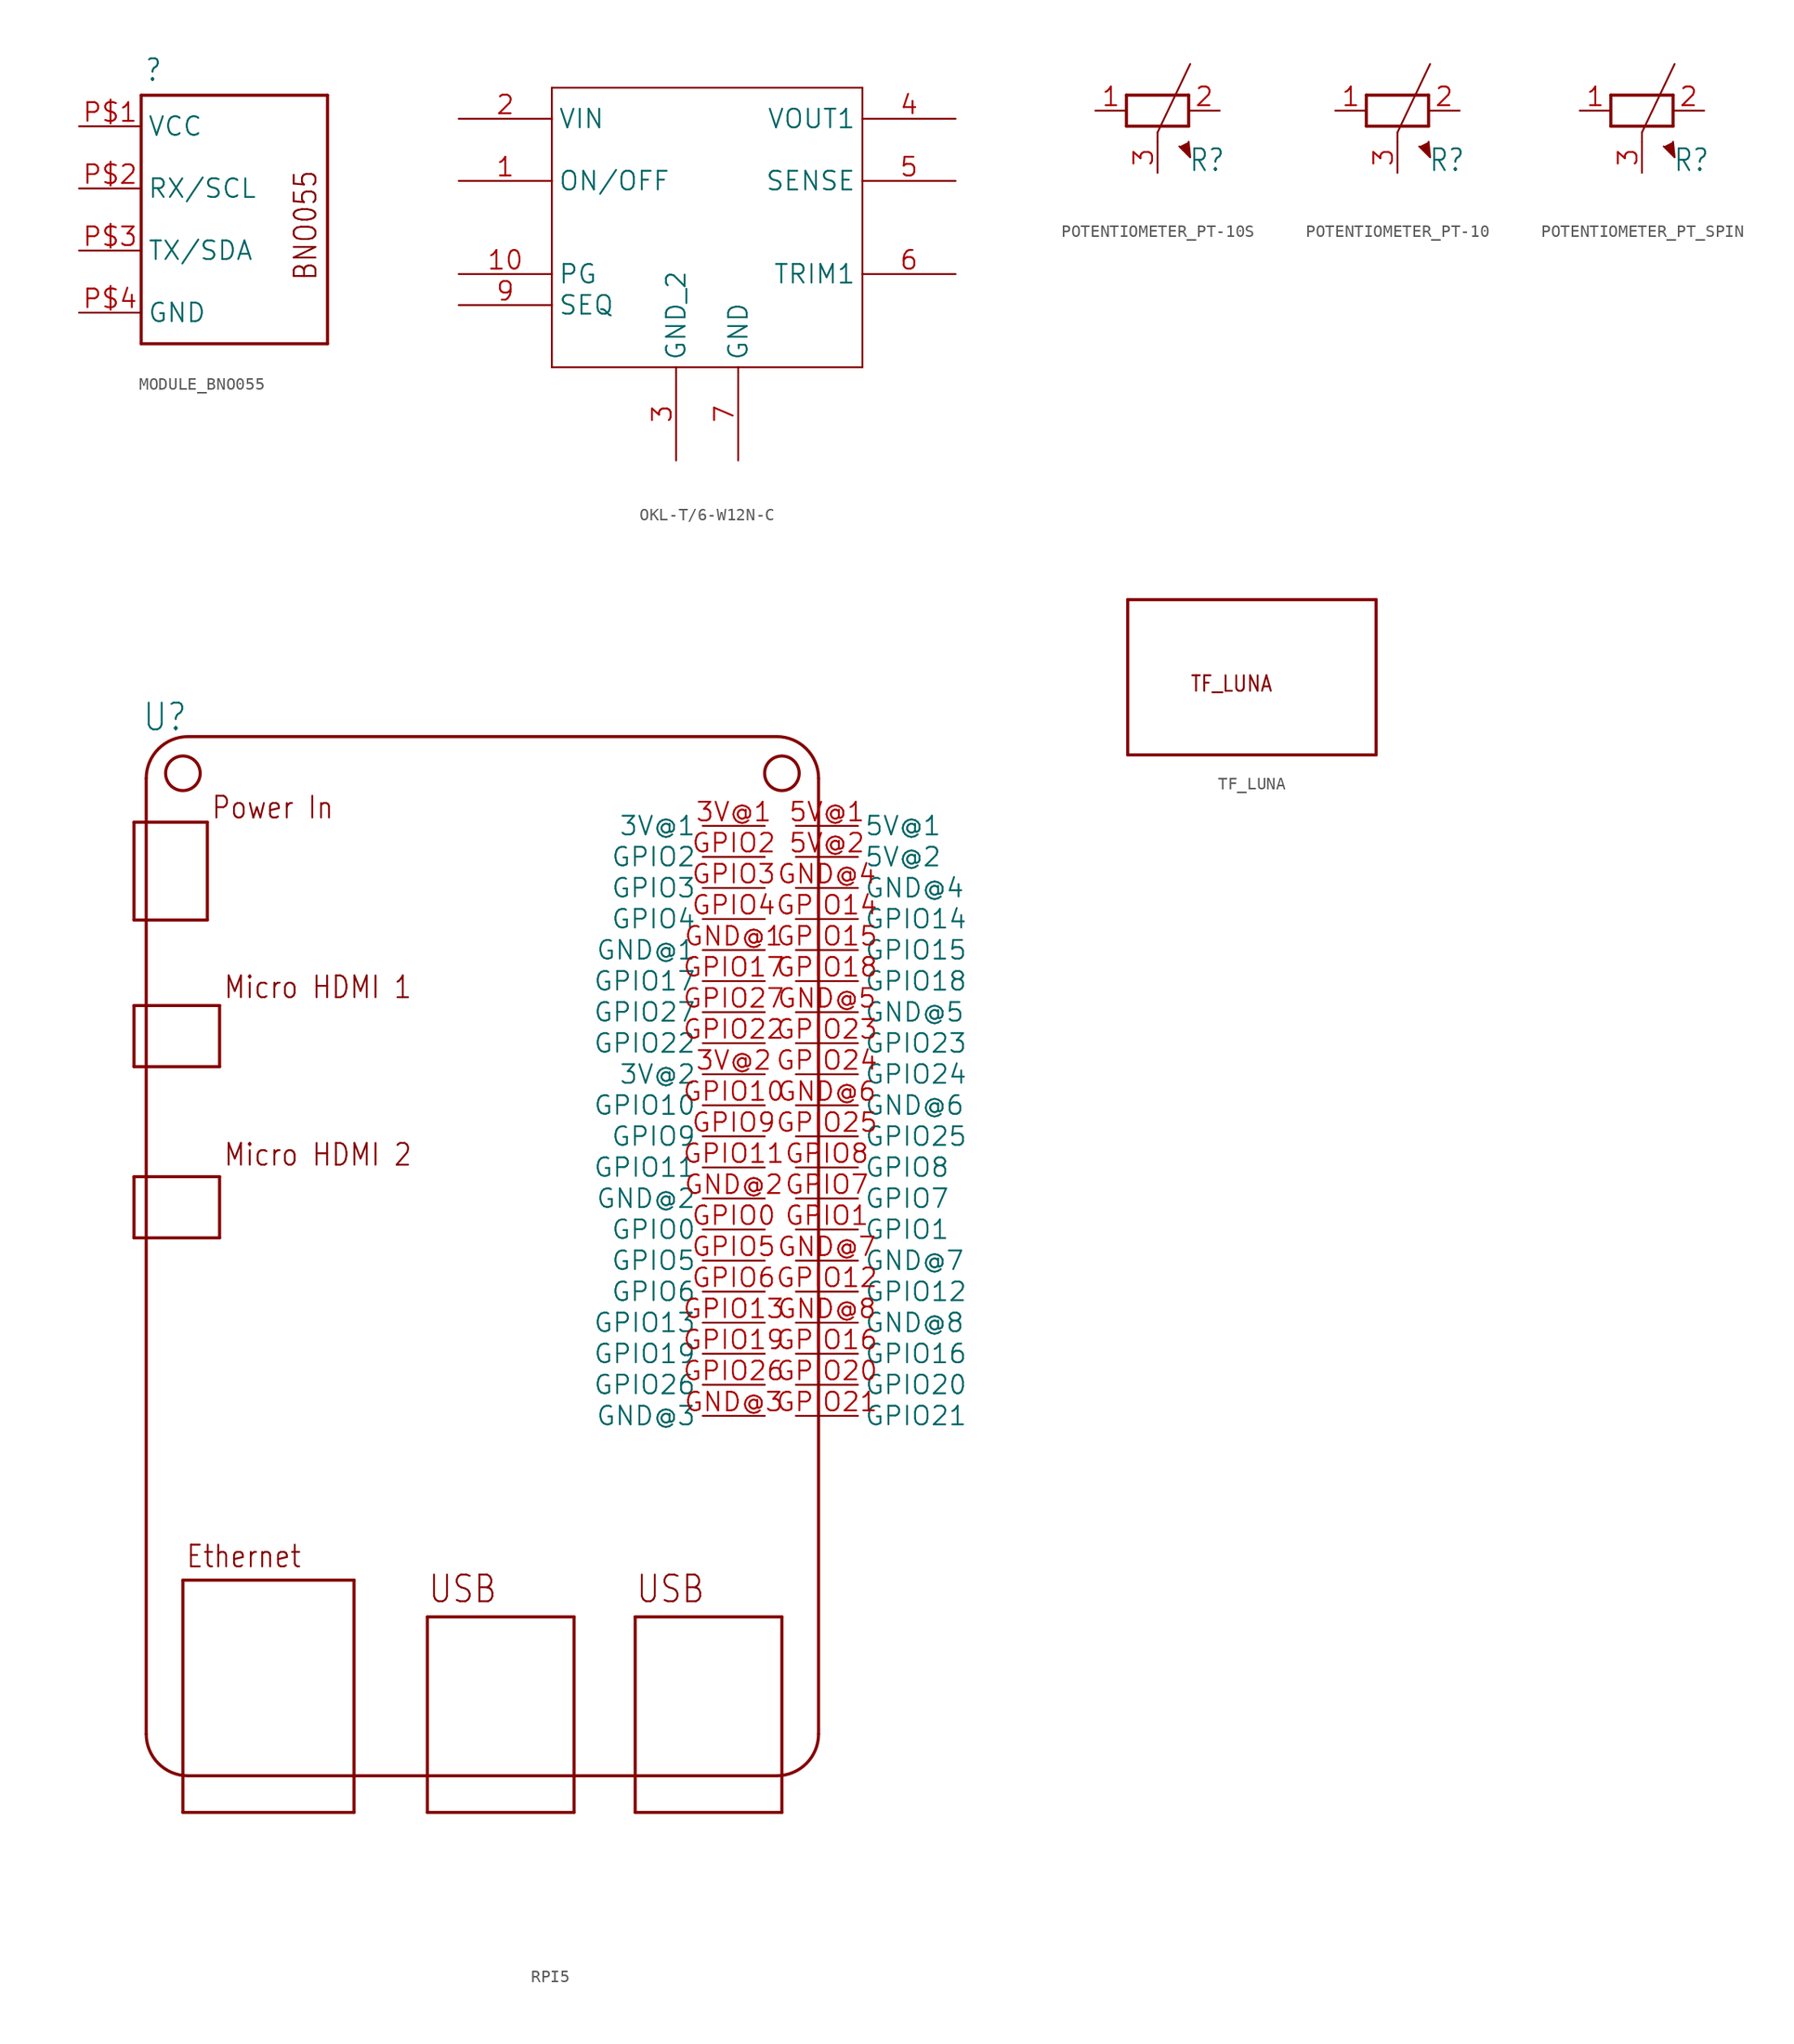
<source format=kicad_sym>
(kicad_symbol_lib
  (version 20241209)
  (generator "kicad_symbol_editor")
  (generator_version "9.0")
  (symbol "MODULE_BNO055"
    (property "Reference" ""
      (at -4.826 11.176 0)
      (effects (font (size 1.778 1.511)) (justify left bottom)))
    (property "ki_locked" ""
      (at 0 0 0)
      (effects (font (size 1.27 1.27))))
    (symbol "MODULE_BNO055_1_0"
      (polyline (pts (xy -5.08 10.16) (xy 10.16 10.16)) (stroke (width 0.254) (type solid)) (fill (type none)))
      (polyline (pts (xy -5.08 -10.16) (xy -5.08 10.16)) (stroke (width 0.254) (type solid)) (fill (type none)))
      (polyline (pts (xy 10.16 10.16) (xy 10.16 -10.16)) (stroke (width 0.254) (type solid)) (fill (type none)))
      (polyline (pts (xy 10.16 -10.16) (xy -5.08 -10.16)) (stroke (width 0.254) (type solid)) (fill (type none)))
      (text "BNO055" (at 9.398 -5.08 900) (effects (font (size 1.778 1.511)) (justify left bottom)))
      (pin bidirectional line (at -10.16 7.62 0) (length 5.08) (name "VCC" (effects (font (size 1.524 1.524)))) (number "P$1" (effects (font (size 1.524 1.524)))))
      (pin bidirectional line (at -10.16 2.54 0) (length 5.08) (name "RX/SCL" (effects (font (size 1.524 1.524)))) (number "P$2" (effects (font (size 1.524 1.524)))))
      (pin bidirectional line (at -10.16 -2.54 0) (length 5.08) (name "TX/SDA" (effects (font (size 1.524 1.524)))) (number "P$3" (effects (font (size 1.524 1.524)))))
      (pin bidirectional line (at -10.16 -7.62 0) (length 5.08) (name "GND" (effects (font (size 1.524 1.524)))) (number "P$4" (effects (font (size 1.524 1.524)))))))
  (symbol "OKL-T/6-W12N-C"
    (property "Reference" "U"
      (at 15.596 9.119 0)
      (effects (font (size 2.083 1.77)) (justify left bottom) (hide yes)))
    (property "ki_locked" ""
      (at 0 0 0)
      (effects (font (size 1.27 1.27))))
    (symbol "OKL-T/6-W12N-C_1_0"
      (polyline (pts (xy 7.62 5.08) (xy 7.62 -17.78)) (stroke (width 0.152) (type solid)) (fill (type none)))
      (polyline (pts (xy 7.62 -17.78) (xy 33.02 -17.78)) (stroke (width 0.152) (type solid)) (fill (type none)))
      (polyline (pts (xy 33.02 5.08) (xy 7.62 5.08)) (stroke (width 0.152) (type solid)) (fill (type none)))
      (polyline (pts (xy 33.02 -17.78) (xy 33.02 5.08)) (stroke (width 0.152) (type solid)) (fill (type none)))
      (pin input line (at 0 2.54 0) (length 7.62) (name "VIN" (effects (font (size 1.524 1.524)))) (number "2" (effects (font (size 1.524 1.524)))))
      (pin passive line (at 0 -2.54 0) (length 7.62) (name "ON/OFF" (effects (font (size 1.524 1.524)))) (number "1" (effects (font (size 1.524 1.524)))))
      (pin passive line (at 0 -10.16 0) (length 7.62) (name "PG" (effects (font (size 1.524 1.524)))) (number "10" (effects (font (size 1.524 1.524)))))
      (pin passive line (at 0 -12.7 0) (length 7.62) (name "SEQ" (effects (font (size 1.524 1.524)))) (number "9" (effects (font (size 1.524 1.524)))))
      (pin passive line (at 17.78 -25.4 90) (length 7.62) (name "GND_2" (effects (font (size 1.524 1.524)))) (number "3" (effects (font (size 1.524 1.524)))))
      (pin passive line (at 22.86 -25.4 90) (length 7.62) (name "GND" (effects (font (size 1.524 1.524)))) (number "7" (effects (font (size 1.524 1.524)))))
      (pin output line (at 40.64 2.54 180) (length 7.62) (name "VOUT1" (effects (font (size 1.524 1.524)))) (number "4" (effects (font (size 1.524 1.524)))))
      (pin passive line (at 40.64 -2.54 180) (length 7.62) (name "SENSE" (effects (font (size 1.524 1.524)))) (number "5" (effects (font (size 1.524 1.524)))))
      (pin passive line (at 40.64 -10.16 180) (length 7.62) (name "TRIM1" (effects (font (size 1.524 1.524)))) (number "6" (effects (font (size 1.524 1.524)))))))
  (symbol "POTENTIOMETER_PT-10S"
    (property "Reference" "R"
      (at 2.54 -5.08 0)
      (effects (font (size 1.778 1.511)) (justify left bottom)))
    (property "Value" ""
      (at 2.54 -7.62 0)
      (effects (font (size 1.778 1.511)) (justify left bottom)))
    (property "ki_locked" ""
      (at 0 0 0)
      (effects (font (size 1.27 1.27))))
    (symbol "POTENTIOMETER_PT-10S_1_0"
      (polyline (pts (xy -2.54 1.27) (xy -2.54 -1.27)) (stroke (width 0.254) (type solid)) (fill (type none)))
      (polyline (pts (xy -2.54 -1.27) (xy 2.54 -1.27)) (stroke (width 0.254) (type solid)) (fill (type none)))
      (polyline (pts (xy 0 -1.778) (xy 0 -2.54)) (stroke (width 0.152) (type solid)) (fill (type none)))
      (polyline (pts (xy 0 -1.778) (xy 2.667 3.81)) (stroke (width 0.152) (type solid)) (fill (type none)))
      (polyline (pts (xy 2.54 1.27) (xy -2.54 1.27)) (stroke (width 0.254) (type solid)) (fill (type none)))
      (polyline (pts (xy 2.54 -1.27) (xy 2.54 1.27)) (stroke (width 0.254) (type solid)) (fill (type none)))
      (polyline (pts (xy 2.54 -2.54) (xy 2.667 -3.81) (xy 1.778 -2.921)) (stroke (width 0.152) (type solid)) (fill (type outline)))
      (pin passive line (at -5.08 0 0) (length 2.54) (name "1" (effects (font (size 0 0)))) (number "1" (effects (font (size 1.524 1.524)))))
      (pin passive line (at 0 -5.08 90) (length 2.54) (name "3" (effects (font (size 0 0)))) (number "3" (effects (font (size 1.524 1.524)))))
      (pin passive line (at 5.08 0 180) (length 2.54) (name "2" (effects (font (size 0 0)))) (number "2" (effects (font (size 1.524 1.524)))))))
  (symbol "POTENTIOMETER_PT-10"
    (property "Reference" "R"
      (at 2.54 -5.08 0)
      (effects (font (size 1.778 1.511)) (justify left bottom)))
    (property "Value" ""
      (at 2.54 -7.62 0)
      (effects (font (size 1.778 1.511)) (justify left bottom)))
    (property "ki_locked" ""
      (at 0 0 0)
      (effects (font (size 1.27 1.27))))
    (symbol "POTENTIOMETER_PT-10_1_0"
      (polyline (pts (xy -2.54 1.27) (xy -2.54 -1.27)) (stroke (width 0.254) (type solid)) (fill (type none)))
      (polyline (pts (xy -2.54 -1.27) (xy 2.54 -1.27)) (stroke (width 0.254) (type solid)) (fill (type none)))
      (polyline (pts (xy 0 -1.778) (xy 0 -2.54)) (stroke (width 0.152) (type solid)) (fill (type none)))
      (polyline (pts (xy 0 -1.778) (xy 2.667 3.81)) (stroke (width 0.152) (type solid)) (fill (type none)))
      (polyline (pts (xy 2.54 1.27) (xy -2.54 1.27)) (stroke (width 0.254) (type solid)) (fill (type none)))
      (polyline (pts (xy 2.54 -1.27) (xy 2.54 1.27)) (stroke (width 0.254) (type solid)) (fill (type none)))
      (polyline (pts (xy 2.54 -2.54) (xy 2.667 -3.81) (xy 1.778 -2.921)) (stroke (width 0.152) (type solid)) (fill (type outline)))
      (pin passive line (at -5.08 0 0) (length 2.54) (name "1" (effects (font (size 0 0)))) (number "1" (effects (font (size 1.524 1.524)))))
      (pin passive line (at 0 -5.08 90) (length 2.54) (name "3" (effects (font (size 0 0)))) (number "3" (effects (font (size 1.524 1.524)))))
      (pin passive line (at 5.08 0 180) (length 2.54) (name "2" (effects (font (size 0 0)))) (number "2" (effects (font (size 1.524 1.524)))))))
  (symbol "POTENTIOMETER_PT_SPIN"
    (property "Reference" "R"
      (at 2.54 -5.08 0)
      (effects (font (size 1.778 1.511)) (justify left bottom)))
    (property "Value" ""
      (at 2.54 -7.62 0)
      (effects (font (size 1.778 1.511)) (justify left bottom)))
    (property "ki_locked" ""
      (at 0 0 0)
      (effects (font (size 1.27 1.27))))
    (symbol "POTENTIOMETER_PT_SPIN_1_0"
      (polyline (pts (xy -2.54 1.27) (xy -2.54 -1.27)) (stroke (width 0.254) (type solid)) (fill (type none)))
      (polyline (pts (xy -2.54 -1.27) (xy 2.54 -1.27)) (stroke (width 0.254) (type solid)) (fill (type none)))
      (polyline (pts (xy 0 -1.778) (xy 0 -2.54)) (stroke (width 0.152) (type solid)) (fill (type none)))
      (polyline (pts (xy 0 -1.778) (xy 2.667 3.81)) (stroke (width 0.152) (type solid)) (fill (type none)))
      (polyline (pts (xy 2.54 1.27) (xy -2.54 1.27)) (stroke (width 0.254) (type solid)) (fill (type none)))
      (polyline (pts (xy 2.54 -1.27) (xy 2.54 1.27)) (stroke (width 0.254) (type solid)) (fill (type none)))
      (polyline (pts (xy 2.54 -2.54) (xy 2.667 -3.81) (xy 1.778 -2.921)) (stroke (width 0.152) (type solid)) (fill (type outline)))
      (pin passive line (at -5.08 0 0) (length 2.54) (name "1" (effects (font (size 0 0)))) (number "1" (effects (font (size 1.524 1.524)))))
      (pin passive line (at 0 -5.08 90) (length 2.54) (name "3" (effects (font (size 0 0)))) (number "3" (effects (font (size 1.524 1.524)))))
      (pin passive line (at 5.08 0 180) (length 2.54) (name "2" (effects (font (size 0 0)))) (number "2" (effects (font (size 1.524 1.524)))))))
  (symbol "RPI5"
    (property "Reference" "U"
      (at -48.34 20.32 0)
      (effects (font (size 2.184 1.857)) (justify left bottom)))
    (property "Value" ""
      (at -48.34 -70.96 0)
      (effects (font (size 2.184 1.857)) (justify left bottom)))
    (property "ki_locked" ""
      (at 0 0 0)
      (effects (font (size 1.27 1.27))))
    (symbol "RPI5_1_0"
      (polyline (pts (xy -49 13) (xy -43 13)) (stroke (width 0.254) (type solid)) (fill (type none)))
      (polyline (pts (xy -49 5) (xy -49 13)) (stroke (width 0.254) (type solid)) (fill (type none)))
      (polyline (pts (xy -49 -2) (xy -42 -2)) (stroke (width 0.254) (type solid)) (fill (type none)))
      (polyline (pts (xy -49 -7) (xy -49 -2)) (stroke (width 0.254) (type solid)) (fill (type none)))
      (polyline (pts (xy -49 -16) (xy -42 -16)) (stroke (width 0.254) (type solid)) (fill (type none)))
      (polyline (pts (xy -49 -21) (xy -49 -16)) (stroke (width 0.254) (type solid)) (fill (type none)))
      (polyline (pts (xy -48 16.586) (xy -48 -61.586)) (stroke (width 0.254) (type solid)) (fill (type none)))
      (circle (center -45 17) (radius 1.414) (stroke (width 0.254) (type solid)) (fill (type none)))
      (polyline (pts (xy -45 -49) (xy -31 -49)) (stroke (width 0.254) (type solid)) (fill (type none)))
      (polyline (pts (xy -45 -68) (xy -45 -49)) (stroke (width 0.254) (type solid)) (fill (type none)))
      (arc (start -48 16.5857) (mid -47 19) (end -44.5857 20) (stroke (width 0.254) (type solid)) (fill (type none)))
      (arc (start -44.5857 -65) (mid -47 -64) (end -48 -61.5857) (stroke (width 0.254) (type solid)) (fill (type none)))
      (polyline (pts (xy -44.586 -65) (xy 3.586 -65)) (stroke (width 0.254) (type solid)) (fill (type none)))
      (polyline (pts (xy -43 13) (xy -43 5)) (stroke (width 0.254) (type solid)) (fill (type none)))
      (polyline (pts (xy -43 5) (xy -49 5)) (stroke (width 0.254) (type solid)) (fill (type none)))
      (polyline (pts (xy -42 -2) (xy -42 -7)) (stroke (width 0.254) (type solid)) (fill (type none)))
      (polyline (pts (xy -42 -7) (xy -49 -7)) (stroke (width 0.254) (type solid)) (fill (type none)))
      (polyline (pts (xy -42 -16) (xy -42 -21)) (stroke (width 0.254) (type solid)) (fill (type none)))
      (polyline (pts (xy -42 -21) (xy -49 -21)) (stroke (width 0.254) (type solid)) (fill (type none)))
      (polyline (pts (xy -31 -49) (xy -31 -68)) (stroke (width 0.254) (type solid)) (fill (type none)))
      (polyline (pts (xy -31 -68) (xy -45 -68)) (stroke (width 0.254) (type solid)) (fill (type none)))
      (polyline (pts (xy -25 -52) (xy -13 -52)) (stroke (width 0.254) (type solid)) (fill (type none)))
      (polyline (pts (xy -25 -68) (xy -25 -52)) (stroke (width 0.254) (type solid)) (fill (type none)))
      (polyline (pts (xy -13 -52) (xy -13 -68)) (stroke (width 0.254) (type solid)) (fill (type none)))
      (polyline (pts (xy -13 -68) (xy -25 -68)) (stroke (width 0.254) (type solid)) (fill (type none)))
      (polyline (pts (xy -8 -52) (xy 4 -52)) (stroke (width 0.254) (type solid)) (fill (type none)))
      (polyline (pts (xy -8 -68) (xy -8 -52)) (stroke (width 0.254) (type solid)) (fill (type none)))
      (polyline (pts (xy 3.586 20) (xy -44.586 20)) (stroke (width 0.254) (type solid)) (fill (type none)))
      (arc (start 3.5857 20) (mid 6 19) (end 7 16.5857) (stroke (width 0.254) (type solid)) (fill (type none)))
      (arc (start 7 -61.5857) (mid 6 -64) (end 3.5857 -65) (stroke (width 0.254) (type solid)) (fill (type none)))
      (circle (center 4 17) (radius 1.414) (stroke (width 0.254) (type solid)) (fill (type none)))
      (polyline (pts (xy 4 -52) (xy 4 -68)) (stroke (width 0.254) (type solid)) (fill (type none)))
      (polyline (pts (xy 4 -68) (xy -8 -68)) (stroke (width 0.254) (type solid)) (fill (type none)))
      (polyline (pts (xy 7 -61.586) (xy 7 16.586)) (stroke (width 0.254) (type solid)) (fill (type none)))
      (text "Ethernet" (at -44.8 -48.1 0) (effects (font (size 1.778 1.511)) (justify left bottom)))
      (text "Power In" (at -42.72 13.16 0) (effects (font (size 1.778 1.511)) (justify left bottom)))
      (text "Micro HDMI 1" (at -41.72 -1.54 0) (effects (font (size 1.778 1.511)) (justify left bottom)))
      (text "Micro HDMI 2" (at -41.72 -15.24 0) (effects (font (size 1.778 1.511)) (justify left bottom)))
      (text "USB" (at -25 -51 0) (effects (font (size 2.184 1.857)) (justify left bottom)))
      (text "USB" (at -8 -51 0) (effects (font (size 2.184 1.857)) (justify left bottom)))
      (pin bidirectional line (at 2.602 12.7 180) (length 5.08) (name "3V@1" (effects (font (size 1.524 1.524)))) (number "3V@1" (effects (font (size 1.524 1.524)))))
      (pin bidirectional line (at 2.602 10.16 180) (length 5.08) (name "GPIO2" (effects (font (size 1.524 1.524)))) (number "GPIO2" (effects (font (size 1.524 1.524)))))
      (pin bidirectional line (at 2.602 7.62 180) (length 5.08) (name "GPIO3" (effects (font (size 1.524 1.524)))) (number "GPIO3" (effects (font (size 1.524 1.524)))))
      (pin bidirectional line (at 2.602 5.08 180) (length 5.08) (name "GPIO4" (effects (font (size 1.524 1.524)))) (number "GPIO4" (effects (font (size 1.524 1.524)))))
      (pin bidirectional line (at 2.602 2.54 180) (length 5.08) (name "GND@1" (effects (font (size 1.524 1.524)))) (number "GND@1" (effects (font (size 1.524 1.524)))))
      (pin bidirectional line (at 2.602 0 180) (length 5.08) (name "GPIO17" (effects (font (size 1.524 1.524)))) (number "GPIO17" (effects (font (size 1.524 1.524)))))
      (pin bidirectional line (at 2.602 -2.54 180) (length 5.08) (name "GPIO27" (effects (font (size 1.524 1.524)))) (number "GPIO27" (effects (font (size 1.524 1.524)))))
      (pin bidirectional line (at 2.602 -5.08 180) (length 5.08) (name "GPIO22" (effects (font (size 1.524 1.524)))) (number "GPIO22" (effects (font (size 1.524 1.524)))))
      (pin bidirectional line (at 2.602 -7.62 180) (length 5.08) (name "3V@2" (effects (font (size 1.524 1.524)))) (number "3V@2" (effects (font (size 1.524 1.524)))))
      (pin bidirectional line (at 2.602 -10.16 180) (length 5.08) (name "GPIO10" (effects (font (size 1.524 1.524)))) (number "GPIO10" (effects (font (size 1.524 1.524)))))
      (pin bidirectional line (at 2.602 -12.7 180) (length 5.08) (name "GPIO9" (effects (font (size 1.524 1.524)))) (number "GPIO9" (effects (font (size 1.524 1.524)))))
      (pin bidirectional line (at 2.602 -15.24 180) (length 5.08) (name "GPIO11" (effects (font (size 1.524 1.524)))) (number "GPIO11" (effects (font (size 1.524 1.524)))))
      (pin bidirectional line (at 2.602 -17.78 180) (length 5.08) (name "GND@2" (effects (font (size 1.524 1.524)))) (number "GND@2" (effects (font (size 1.524 1.524)))))
      (pin bidirectional line (at 2.602 -20.32 180) (length 5.08) (name "GPIO0" (effects (font (size 1.524 1.524)))) (number "GPIO0" (effects (font (size 1.524 1.524)))))
      (pin bidirectional line (at 2.602 -22.86 180) (length 5.08) (name "GPIO5" (effects (font (size 1.524 1.524)))) (number "GPIO5" (effects (font (size 1.524 1.524)))))
      (pin bidirectional line (at 2.602 -25.4 180) (length 5.08) (name "GPIO6" (effects (font (size 1.524 1.524)))) (number "GPIO6" (effects (font (size 1.524 1.524)))))
      (pin bidirectional line (at 2.602 -27.94 180) (length 5.08) (name "GPIO13" (effects (font (size 1.524 1.524)))) (number "GPIO13" (effects (font (size 1.524 1.524)))))
      (pin bidirectional line (at 2.602 -30.48 180) (length 5.08) (name "GPIO19" (effects (font (size 1.524 1.524)))) (number "GPIO19" (effects (font (size 1.524 1.524)))))
      (pin bidirectional line (at 2.602 -33.02 180) (length 5.08) (name "GPIO26" (effects (font (size 1.524 1.524)))) (number "GPIO26" (effects (font (size 1.524 1.524)))))
      (pin bidirectional line (at 2.602 -35.56 180) (length 5.08) (name "GND@3" (effects (font (size 1.524 1.524)))) (number "GND@3" (effects (font (size 1.524 1.524)))))
      (pin bidirectional line (at 5.142 12.7 0) (length 5.08) (name "5V@1" (effects (font (size 1.524 1.524)))) (number "5V@1" (effects (font (size 1.524 1.524)))))
      (pin bidirectional line (at 5.142 10.16 0) (length 5.08) (name "5V@2" (effects (font (size 1.524 1.524)))) (number "5V@2" (effects (font (size 1.524 1.524)))))
      (pin bidirectional line (at 5.142 7.62 0) (length 5.08) (name "GND@4" (effects (font (size 1.524 1.524)))) (number "GND@4" (effects (font (size 1.524 1.524)))))
      (pin bidirectional line (at 5.142 5.08 0) (length 5.08) (name "GPIO14" (effects (font (size 1.524 1.524)))) (number "GPIO14" (effects (font (size 1.524 1.524)))))
      (pin bidirectional line (at 5.142 2.54 0) (length 5.08) (name "GPIO15" (effects (font (size 1.524 1.524)))) (number "GPIO15" (effects (font (size 1.524 1.524)))))
      (pin bidirectional line (at 5.142 0 0) (length 5.08) (name "GPIO18" (effects (font (size 1.524 1.524)))) (number "GPIO18" (effects (font (size 1.524 1.524)))))
      (pin bidirectional line (at 5.142 -2.54 0) (length 5.08) (name "GND@5" (effects (font (size 1.524 1.524)))) (number "GND@5" (effects (font (size 1.524 1.524)))))
      (pin bidirectional line (at 5.142 -5.08 0) (length 5.08) (name "GPIO23" (effects (font (size 1.524 1.524)))) (number "GPIO23" (effects (font (size 1.524 1.524)))))
      (pin bidirectional line (at 5.142 -7.62 0) (length 5.08) (name "GPIO24" (effects (font (size 1.524 1.524)))) (number "GPIO24" (effects (font (size 1.524 1.524)))))
      (pin bidirectional line (at 5.142 -10.16 0) (length 5.08) (name "GND@6" (effects (font (size 1.524 1.524)))) (number "GND@6" (effects (font (size 1.524 1.524)))))
      (pin bidirectional line (at 5.142 -12.7 0) (length 5.08) (name "GPIO25" (effects (font (size 1.524 1.524)))) (number "GPIO25" (effects (font (size 1.524 1.524)))))
      (pin bidirectional line (at 5.142 -15.24 0) (length 5.08) (name "GPIO8" (effects (font (size 1.524 1.524)))) (number "GPIO8" (effects (font (size 1.524 1.524)))))
      (pin bidirectional line (at 5.142 -17.78 0) (length 5.08) (name "GPIO7" (effects (font (size 1.524 1.524)))) (number "GPIO7" (effects (font (size 1.524 1.524)))))
      (pin bidirectional line (at 5.142 -20.32 0) (length 5.08) (name "GPIO1" (effects (font (size 1.524 1.524)))) (number "GPIO1" (effects (font (size 1.524 1.524)))))
      (pin bidirectional line (at 5.142 -22.86 0) (length 5.08) (name "GND@7" (effects (font (size 1.524 1.524)))) (number "GND@7" (effects (font (size 1.524 1.524)))))
      (pin bidirectional line (at 5.142 -25.4 0) (length 5.08) (name "GPIO12" (effects (font (size 1.524 1.524)))) (number "GPIO12" (effects (font (size 1.524 1.524)))))
      (pin bidirectional line (at 5.142 -27.94 0) (length 5.08) (name "GND@8" (effects (font (size 1.524 1.524)))) (number "GND@8" (effects (font (size 1.524 1.524)))))
      (pin bidirectional line (at 5.142 -30.48 0) (length 5.08) (name "GPIO16" (effects (font (size 1.524 1.524)))) (number "GPIO16" (effects (font (size 1.524 1.524)))))
      (pin bidirectional line (at 5.142 -33.02 0) (length 5.08) (name "GPIO20" (effects (font (size 1.524 1.524)))) (number "GPIO20" (effects (font (size 1.524 1.524)))))
      (pin bidirectional line (at 5.142 -35.56 0) (length 5.08) (name "GPIO21" (effects (font (size 1.524 1.524)))) (number "GPIO21" (effects (font (size 1.524 1.524)))))))
  (symbol "TF_LUNA"
    (property "Reference" ""
      (at 0 0 0)
      (effects (font (size 1.27 1.27)) (hide yes)))
    (property "ki_locked" ""
      (at 0 0 0)
      (effects (font (size 1.27 1.27))))
    (symbol "TF_LUNA_1_0"
      (polyline (pts (xy -10.16 7.62) (xy 10.16 7.62)) (stroke (width 0.254) (type solid)) (fill (type none)))
      (polyline (pts (xy -10.16 -5.08) (xy -10.16 7.62)) (stroke (width 0.254) (type solid)) (fill (type none)))
      (polyline (pts (xy 10.16 7.62) (xy 10.16 -5.08)) (stroke (width 0.254) (type solid)) (fill (type none)))
      (polyline (pts (xy 10.16 -5.08) (xy -10.16 -5.08)) (stroke (width 0.254) (type solid)) (fill (type none)))
      (text "TF_LUNA" (at -5.08 0 0) (effects (font (size 1.27 1.079)) (justify left bottom))))))
</source>
